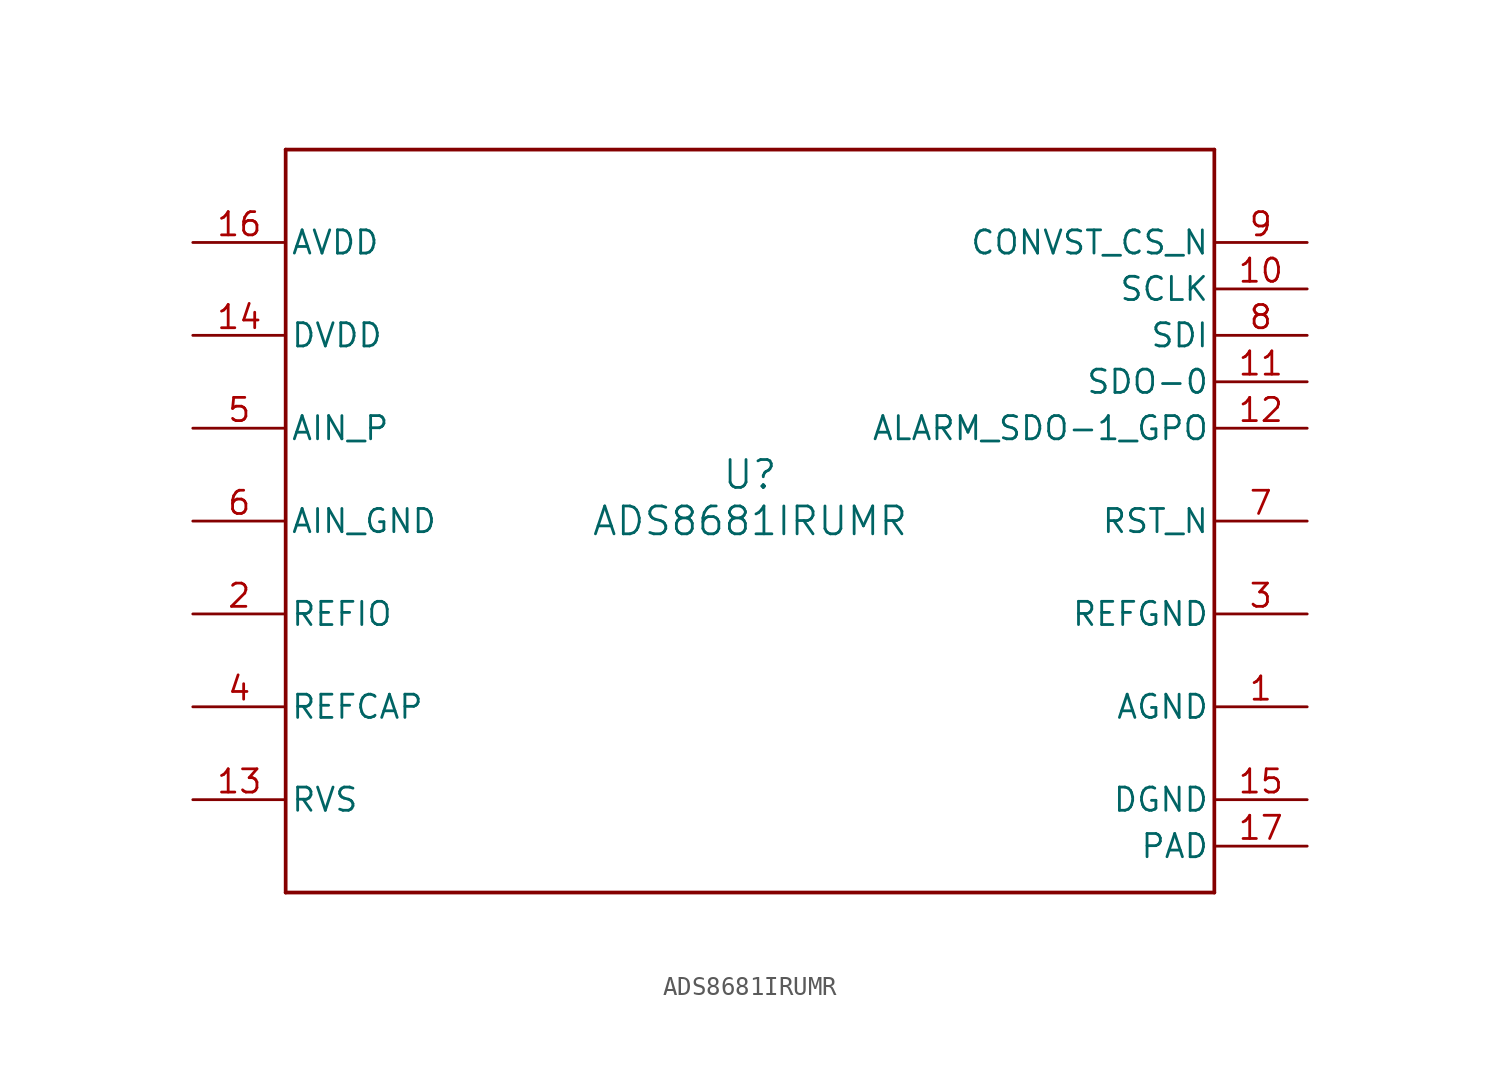
<source format=kicad_sym>
(kicad_symbol_lib
  (version 20211014)
  (generator kicad_symbol_editor)
  (symbol "ADS8681IRUMR"
    (pin_names
      (offset 0.254))
    (property "Reference" "U"
      (at 0 2.54 0)
      (effects (font (size 1.524 1.524))))
    (property "Value" "ADS8681IRUMR"
      (at 0 0 0)
      (effects (font (size 1.524 1.524))))
    (symbol "ADS8681IRUMR_0_1"
      (polyline (pts (xy -25.4 -20.32) (xy 25.4 -20.32)) (stroke (width 0.203) (type default) (color 0 0 0 0)) (fill (type none)))
      (polyline (pts (xy 25.4 -20.32) (xy 25.4 20.32)) (stroke (width 0.203) (type default) (color 0 0 0 0)) (fill (type none)))
      (polyline (pts (xy 25.4 20.32) (xy -25.4 20.32)) (stroke (width 0.203) (type default) (color 0 0 0 0)) (fill (type none)))
      (polyline (pts (xy -25.4 20.32) (xy -25.4 -20.32)) (stroke (width 0.203) (type default) (color 0 0 0 0)) (fill (type none)))
      (pin power_in line (at 30.48 -10.16 180) (length 5.08) (name "AGND" (effects (font (size 1.27 1.27)))) (number "1" (effects (font (size 1.27 1.27)))))
      (pin bidirectional line (at -30.48 -5.08 0) (length 5.08) (name "REFIO" (effects (font (size 1.27 1.27)))) (number "2" (effects (font (size 1.27 1.27)))))
      (pin power_in line (at 30.48 -5.08 180) (length 5.08) (name "REFGND" (effects (font (size 1.27 1.27)))) (number "3" (effects (font (size 1.27 1.27)))))
      (pin unspecified line (at -30.48 -10.16 0) (length 5.08) (name "REFCAP" (effects (font (size 1.27 1.27)))) (number "4" (effects (font (size 1.27 1.27)))))
      (pin input line (at -30.48 5.08 0) (length 5.08) (name "AIN_P" (effects (font (size 1.27 1.27)))) (number "5" (effects (font (size 1.27 1.27)))))
      (pin input line (at -30.48 0 0) (length 5.08) (name "AIN_GND" (effects (font (size 1.27 1.27)))) (number "6" (effects (font (size 1.27 1.27)))))
      (pin input line (at 30.48 0 180) (length 5.08) (name "RST_N" (effects (font (size 1.27 1.27)))) (number "7" (effects (font (size 1.27 1.27)))))
      (pin input line (at 30.48 10.16 180) (length 5.08) (name "SDI" (effects (font (size 1.27 1.27)))) (number "8" (effects (font (size 1.27 1.27)))))
      (pin input line (at 30.48 15.24 180) (length 5.08) (name "CONVST_CS_N" (effects (font (size 1.27 1.27)))) (number "9" (effects (font (size 1.27 1.27)))))
      (pin input line (at 30.48 12.7 180) (length 5.08) (name "SCLK" (effects (font (size 1.27 1.27)))) (number "10" (effects (font (size 1.27 1.27)))))
      (pin output line (at 30.48 7.62 180) (length 5.08) (name "SDO-0" (effects (font (size 1.27 1.27)))) (number "11" (effects (font (size 1.27 1.27)))))
      (pin output line (at 30.48 5.08 180) (length 5.08) (name "ALARM_SDO-1_GPO" (effects (font (size 1.27 1.27)))) (number "12" (effects (font (size 1.27 1.27)))))
      (pin output line (at -30.48 -15.24 0) (length 5.08) (name "RVS" (effects (font (size 1.27 1.27)))) (number "13" (effects (font (size 1.27 1.27)))))
      (pin power_in line (at -30.48 10.16 0) (length 5.08) (name "DVDD" (effects (font (size 1.27 1.27)))) (number "14" (effects (font (size 1.27 1.27)))))
      (pin power_in line (at 30.48 -15.24 180) (length 5.08) (name "DGND" (effects (font (size 1.27 1.27)))) (number "15" (effects (font (size 1.27 1.27)))))
      (pin power_in line (at -30.48 15.24 0) (length 5.08) (name "AVDD" (effects (font (size 1.27 1.27)))) (number "16" (effects (font (size 1.27 1.27)))))
      (pin power_in line (at 30.48 -17.78 180) (length 5.08) (name "PAD" (effects (font (size 1.27 1.27)))) (number "17" (effects (font (size 1.27 1.27))))))))
</source>
